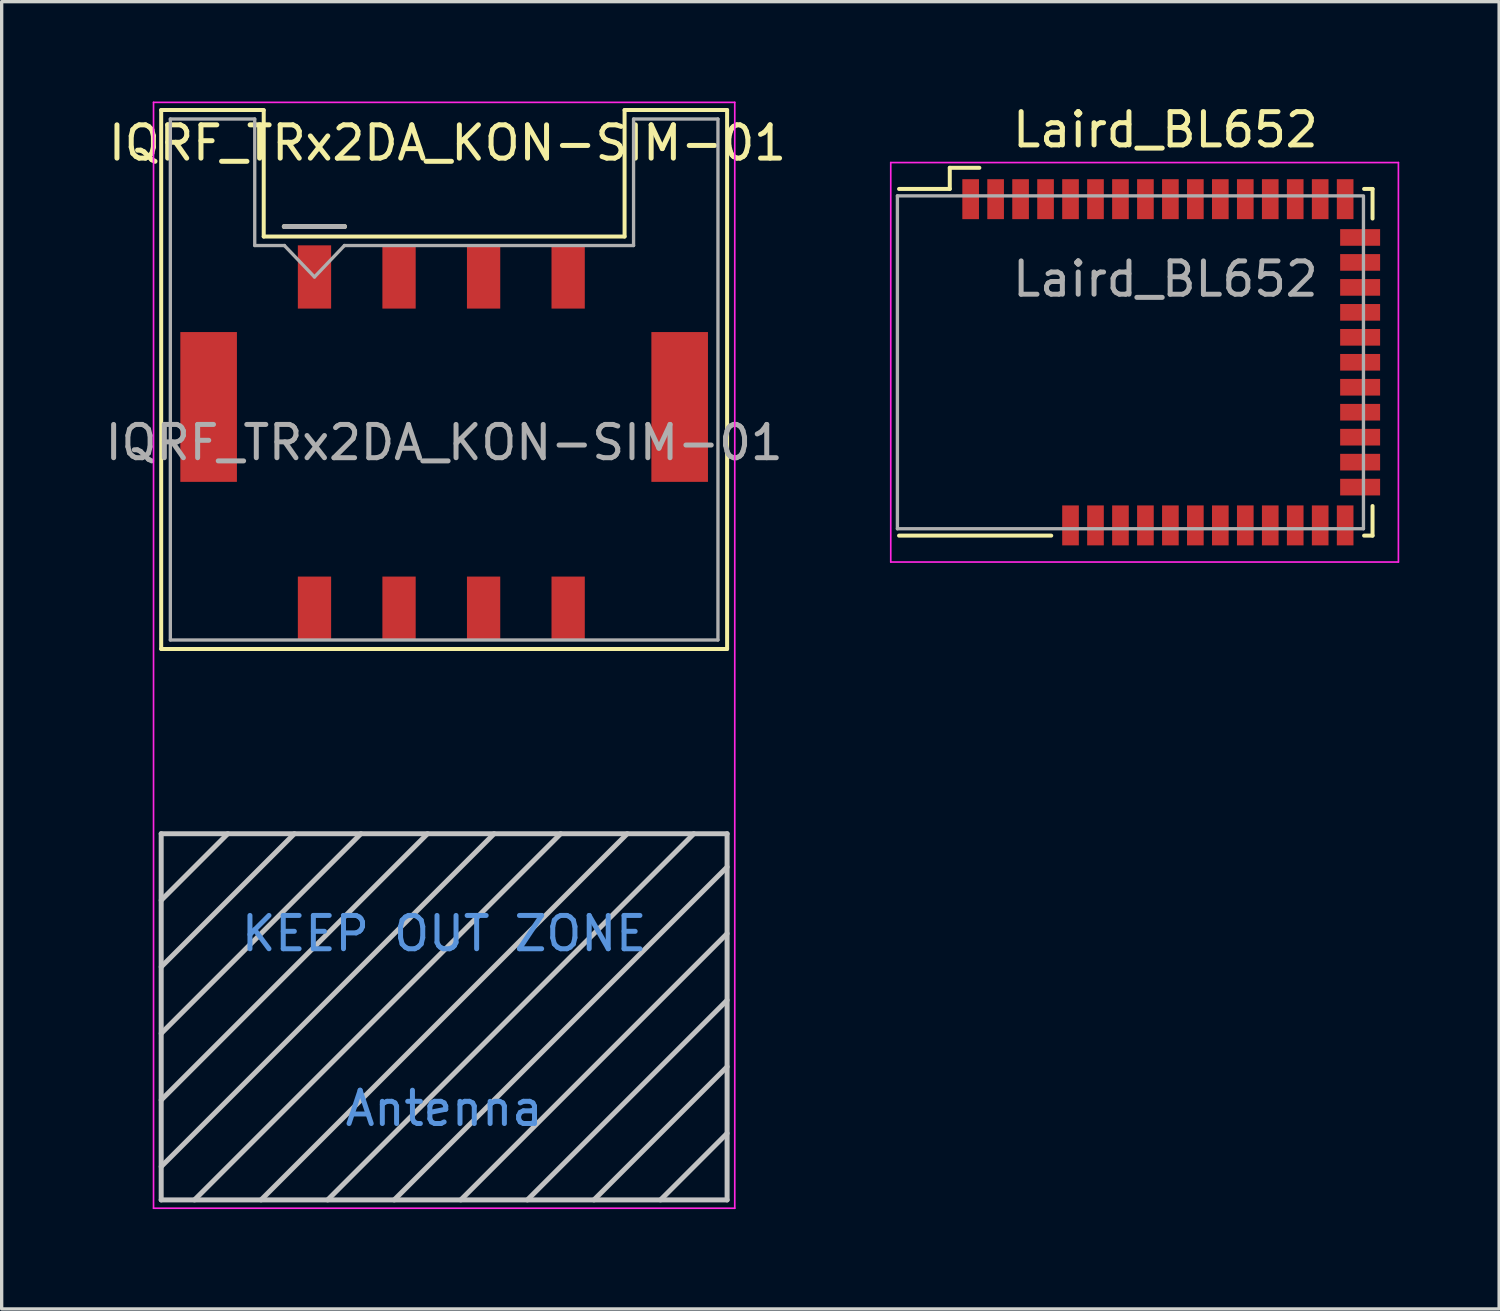
<source format=kicad_pcb>
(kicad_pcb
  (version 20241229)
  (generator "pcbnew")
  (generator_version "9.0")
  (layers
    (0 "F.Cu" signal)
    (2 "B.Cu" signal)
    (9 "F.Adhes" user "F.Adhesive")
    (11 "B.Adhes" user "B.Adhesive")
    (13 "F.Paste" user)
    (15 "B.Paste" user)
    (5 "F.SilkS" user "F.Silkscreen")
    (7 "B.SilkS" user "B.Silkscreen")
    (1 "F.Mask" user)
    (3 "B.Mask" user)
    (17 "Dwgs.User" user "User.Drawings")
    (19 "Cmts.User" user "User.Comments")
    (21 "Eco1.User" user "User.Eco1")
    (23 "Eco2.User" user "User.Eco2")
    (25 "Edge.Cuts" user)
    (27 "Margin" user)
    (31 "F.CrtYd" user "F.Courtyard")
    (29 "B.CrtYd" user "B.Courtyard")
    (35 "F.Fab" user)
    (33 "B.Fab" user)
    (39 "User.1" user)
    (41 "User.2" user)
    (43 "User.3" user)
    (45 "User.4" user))
  (footprint "IQRF_TRx2DA_KON-SIM-01"
    (layer "F.Cu")
    (at 10.292 10.245)
    (property "Reference" "IQRF_TRx2DA_KON-SIM-01" (at 0.1 -9 0) (layer "F.SilkS") (effects (font (size 1 1) (thickness 0.15))))
    (attr smd)
    (fp_line (start -8.5 -9.99) (end -5.42 -9.99) (stroke (width 0.12) (type solid)) (layer "F.SilkS"))
    (fp_line (start -8.5 6.2) (end -8.5 -9.99) (stroke (width 0.12) (type solid)) (layer "F.SilkS"))
    (fp_line (start -8.5 6.2) (end 8.5 6.2) (stroke (width 0.12) (type solid)) (layer "F.SilkS"))
    (fp_line (start -5.42 -9.98) (end -5.42 -6.19) (stroke (width 0.12) (type solid)) (layer "F.SilkS"))
    (fp_line (start -5.42 -6.19) (end 5.42 -6.19) (stroke (width 0.12) (type solid)) (layer "F.SilkS"))
    (fp_line (start -4.8 -6.49) (end -2.995 -6.49) (stroke (width 0.15) (type solid)) (layer "F.SilkS"))
    (fp_line (start 5.42 -9.99) (end 8.5 -9.99) (stroke (width 0.12) (type solid)) (layer "F.SilkS"))
    (fp_line (start 5.42 -6.19) (end 5.42 -9.99) (stroke (width 0.12) (type solid)) (layer "F.SilkS"))
    (fp_line (start 8.5 6.2) (end 8.5 -9.99) (stroke (width 0.12) (type solid)) (layer "F.SilkS"))
    (fp_line (start -8.5 11.75) (end 8.5 11.75) (stroke (width 0.15) (type solid)) (layer "Dwgs.User"))
    (fp_line (start -8.5 13.75) (end -6.5 11.75) (stroke (width 0.15) (type solid)) (layer "Dwgs.User"))
    (fp_line (start -8.5 15.75) (end -4.5 11.75) (stroke (width 0.15) (type solid)) (layer "Dwgs.User"))
    (fp_line (start -8.5 17.75) (end -2.5 11.75) (stroke (width 0.15) (type solid)) (layer "Dwgs.User"))
    (fp_line (start -8.5 19.75) (end -0.5 11.75) (stroke (width 0.15) (type solid)) (layer "Dwgs.User"))
    (fp_line (start -8.5 21.75) (end 1.5 11.75) (stroke (width 0.15) (type solid)) (layer "Dwgs.User"))
    (fp_line (start -8.5 22.75) (end -8.5 11.75) (stroke (width 0.15) (type solid)) (layer "Dwgs.User"))
    (fp_line (start -7.5 22.75) (end 3.5 11.75) (stroke (width 0.15) (type solid)) (layer "Dwgs.User"))
    (fp_line (start -5.5 22.75) (end 5.5 11.75) (stroke (width 0.15) (type solid)) (layer "Dwgs.User"))
    (fp_line (start -3.5 22.75) (end 7.5 11.75) (stroke (width 0.15) (type solid)) (layer "Dwgs.User"))
    (fp_line (start -1.5 22.75) (end 8.5 12.75) (stroke (width 0.15) (type solid)) (layer "Dwgs.User"))
    (fp_line (start 0.5 22.75) (end 8.5 14.75) (stroke (width 0.15) (type solid)) (layer "Dwgs.User"))
    (fp_line (start 2.5 22.75) (end 8.5 16.75) (stroke (width 0.15) (type solid)) (layer "Dwgs.User"))
    (fp_line (start 4.5 22.75) (end 8.5 18.75) (stroke (width 0.15) (type solid)) (layer "Dwgs.User"))
    (fp_line (start 6.5 22.75) (end 8.5 20.75) (stroke (width 0.15) (type solid)) (layer "Dwgs.User"))
    (fp_line (start 8.5 11.75) (end 8.5 22.75) (stroke (width 0.15) (type solid)) (layer "Dwgs.User"))
    (fp_line (start 8.5 22.75) (end -8.5 22.75) (stroke (width 0.15) (type solid)) (layer "Dwgs.User"))
    (fp_line (start -8.73 -10.22) (end 8.73 -10.22) (stroke (width 0.05) (type solid)) (layer "F.CrtYd"))
    (fp_line (start -8.73 23) (end -8.73 -10.22) (stroke (width 0.05) (type solid)) (layer "F.CrtYd"))
    (fp_line (start -8.73 23) (end 8.73 23) (stroke (width 0.05) (type solid)) (layer "F.CrtYd"))
    (fp_line (start 8.73 23) (end 8.73 -10.22) (stroke (width 0.05) (type solid)) (layer "F.CrtYd"))
    (fp_line (start -8.225 -9.72) (end -8.225 5.93) (stroke (width 0.1) (type solid)) (layer "F.Fab"))
    (fp_line (start -8.225 -9.72) (end -5.69 -9.72) (stroke (width 0.1) (type solid)) (layer "F.Fab"))
    (fp_line (start -8.225 5.93) (end 8.225 5.93) (stroke (width 0.1) (type solid)) (layer "F.Fab"))
    (fp_line (start -5.69 -9.72) (end -5.69 -5.92) (stroke (width 0.1) (type solid)) (layer "F.Fab"))
    (fp_line (start -5.69 -5.92) (end -4.795 -5.92) (stroke (width 0.1) (type solid)) (layer "F.Fab"))
    (fp_line (start -4.8 -6.49) (end -2.995 -6.49) (stroke (width 0.15) (type solid)) (layer "F.Fab"))
    (fp_line (start -4.8 -5.92) (end -3.895 -4.975) (stroke (width 0.1) (type solid)) (layer "F.Fab"))
    (fp_line (start -3.895 -4.975) (end -2.995 -5.92) (stroke (width 0.1) (type solid)) (layer "F.Fab"))
    (fp_line (start -2.995 -5.92) (end 5.69 -5.92) (stroke (width 0.1) (type solid)) (layer "F.Fab"))
    (fp_line (start 5.69 -9.72) (end 5.69 -5.92) (stroke (width 0.1) (type solid)) (layer "F.Fab"))
    (fp_line (start 5.69 -9.72) (end 8.225 -9.72) (stroke (width 0.1) (type solid)) (layer "F.Fab"))
    (fp_line (start 8.225 5.93) (end 8.225 -9.72) (stroke (width 0.1) (type solid)) (layer "F.Fab"))
    (fp_text user "KEEP OUT ZONE" (at 0 14.75 0) (layer "Cmts.User") (effects (font (size 1 1) (thickness 0.15))))
    (fp_text user "Antenna" (at 0 20 0) (layer "Cmts.User") (effects (font (size 1 1) (thickness 0.15))))
    (fp_text user "${REFERENCE}" (at 0 0 0) (layer "F.Fab") (effects (font (size 1 1) (thickness 0.15))))
    (pad "" smd rect (at -7.075 -1.07) (size 1.7 4.5) (layers "F.Cu" "F.Mask" "F.Paste"))
    (pad "" smd rect (at 7.075 -1.07) (size 1.7 4.5) (layers "F.Cu" "F.Mask" "F.Paste"))
    (pad "C1" smd rect (at -3.895 -4.975) (size 1 1.9) (layers "F.Cu" "F.Mask" "F.Paste"))
    (pad "C2" smd rect (at -1.355 -4.975) (size 1 1.9) (layers "F.Cu" "F.Mask" "F.Paste"))
    (pad "C3" smd rect (at 1.185 -4.975) (size 1 1.9) (layers "F.Cu" "F.Mask" "F.Paste"))
    (pad "C4" smd rect (at 3.725 -4.975) (size 1 1.9) (layers "F.Cu" "F.Mask" "F.Paste"))
    (pad "C5" smd rect (at -3.895 4.975) (size 1 1.9) (layers "F.Cu" "F.Mask" "F.Paste"))
    (pad "C6" smd rect (at -1.355 4.975) (size 1 1.9) (layers "F.Cu" "F.Mask" "F.Paste"))
    (pad "C7" smd rect (at 1.185 4.975) (size 1 1.9) (layers "F.Cu" "F.Mask" "F.Paste"))
    (pad "C8" smd rect (at 3.725 4.975) (size 1 1.9) (layers "F.Cu" "F.Mask" "F.Paste")))
  (footprint "Laird_BL652"
    (layer "F.Cu")
    (at 31.958 7.833)
    (property "Reference" "Laird_BL652" (at 0 -6.985 0) (layer "F.SilkS") (effects (font (size 1 1) (thickness 0.15))))
    (attr smd)
    (fp_line (start -8.001 -5.207) (end -6.477 -5.207) (stroke (width 0.12) (type solid)) (layer "F.SilkS"))
    (fp_line (start -6.477 -5.842) (end -5.588 -5.842) (stroke (width 0.12) (type solid)) (layer "F.SilkS"))
    (fp_line (start -6.477 -5.207) (end -6.477 -5.842) (stroke (width 0.12) (type solid)) (layer "F.SilkS"))
    (fp_line (start -3.429 5.207) (end -8.001 5.207) (stroke (width 0.12) (type solid)) (layer "F.SilkS"))
    (fp_line (start 5.969 -5.207) (end 6.223 -5.207) (stroke (width 0.12) (type solid)) (layer "F.SilkS"))
    (fp_line (start 6.223 -5.207) (end 6.223 -4.318) (stroke (width 0.12) (type solid)) (layer "F.SilkS"))
    (fp_line (start 6.223 5.207) (end 5.969 5.207) (stroke (width 0.12) (type solid)) (layer "F.SilkS"))
    (fp_line (start 6.223 5.207) (end 6.223 4.318) (stroke (width 0.12) (type solid)) (layer "F.SilkS"))
    (fp_line (start -8.25 -6) (end 7 -6) (stroke (width 0.05) (type solid)) (layer "F.CrtYd"))
    (fp_line (start -8.25 6) (end -8.25 -6) (stroke (width 0.05) (type solid)) (layer "F.CrtYd"))
    (fp_line (start 7 -6) (end 7 6) (stroke (width 0.05) (type solid)) (layer "F.CrtYd"))
    (fp_line (start 7 6) (end -8.25 6) (stroke (width 0.05) (type solid)) (layer "F.CrtYd"))
    (fp_line (start -8.05 -5) (end -8.05 5) (stroke (width 0.1) (type solid)) (layer "F.Fab"))
    (fp_line (start -8.05 -5) (end 5.9 -5) (stroke (width 0.1) (type solid)) (layer "F.Fab"))
    (fp_line (start 5.95 -5) (end 5.95 5) (stroke (width 0.1) (type solid)) (layer "F.Fab"))
    (fp_line (start 5.95 5) (end -8.05 5) (stroke (width 0.1) (type solid)) (layer "F.Fab"))
    (fp_text user "${REFERENCE}" (at 0 -2.5 0) (layer "F.Fab") (effects (font (size 1 1) (thickness 0.15))))
    (pad "1" smd rect (at -5.85 -4.9 90) (size 1.2 0.5) (layers "F.Cu" "F.Mask" "F.Paste"))
    (pad "2" smd rect (at -5.1 -4.9 90) (size 1.2 0.5) (layers "F.Cu" "F.Mask" "F.Paste"))
    (pad "3" smd rect (at -4.35 -4.9 90) (size 1.2 0.5) (layers "F.Cu" "F.Mask" "F.Paste"))
    (pad "4" smd rect (at -3.6 -4.9 90) (size 1.2 0.5) (layers "F.Cu" "F.Mask" "F.Paste"))
    (pad "5" smd rect (at -2.85 -4.9 90) (size 1.2 0.5) (layers "F.Cu" "F.Mask" "F.Paste"))
    (pad "6" smd rect (at -2.1 -4.9 90) (size 1.2 0.5) (layers "F.Cu" "F.Mask" "F.Paste"))
    (pad "7" smd rect (at -1.35 -4.9 90) (size 1.2 0.5) (layers "F.Cu" "F.Mask" "F.Paste"))
    (pad "8" smd rect (at -0.6 -4.9 90) (size 1.2 0.5) (layers "F.Cu" "F.Mask" "F.Paste"))
    (pad "9" smd rect (at 0.15 -4.9 90) (size 1.2 0.5) (layers "F.Cu" "F.Mask" "F.Paste"))
    (pad "10" smd rect (at 0.9 -4.9 90) (size 1.2 0.5) (layers "F.Cu" "F.Mask" "F.Paste"))
    (pad "11" smd rect (at 1.65 -4.9 90) (size 1.2 0.5) (layers "F.Cu" "F.Mask" "F.Paste"))
    (pad "12" smd rect (at 2.4 -4.9 90) (size 1.2 0.5) (layers "F.Cu" "F.Mask" "F.Paste"))
    (pad "13" smd rect (at 3.15 -4.9 90) (size 1.2 0.5) (layers "F.Cu" "F.Mask" "F.Paste"))
    (pad "14" smd rect (at 3.9 -4.9 90) (size 1.2 0.5) (layers "F.Cu" "F.Mask" "F.Paste"))
    (pad "15" smd rect (at 4.65 -4.9 90) (size 1.2 0.5) (layers "F.Cu" "F.Mask" "F.Paste"))
    (pad "16" smd rect (at 5.4 -4.9 90) (size 1.2 0.5) (layers "F.Cu" "F.Mask" "F.Paste"))
    (pad "17" smd rect (at 5.85 -3.75) (size 1.2 0.5) (layers "F.Cu" "F.Mask" "F.Paste"))
    (pad "18" smd rect (at 5.85 -3) (size 1.2 0.5) (layers "F.Cu" "F.Mask" "F.Paste"))
    (pad "19" smd rect (at 5.85 -2.25) (size 1.2 0.5) (layers "F.Cu" "F.Mask" "F.Paste"))
    (pad "20" smd rect (at 5.85 -1.5) (size 1.2 0.5) (layers "F.Cu" "F.Mask" "F.Paste"))
    (pad "21" smd rect (at 5.85 -0.75) (size 1.2 0.5) (layers "F.Cu" "F.Mask" "F.Paste"))
    (pad "22" smd rect (at 5.85 0) (size 1.2 0.5) (layers "F.Cu" "F.Mask" "F.Paste"))
    (pad "23" smd rect (at 5.85 0.75) (size 1.2 0.5) (layers "F.Cu" "F.Mask" "F.Paste"))
    (pad "24" smd rect (at 5.85 1.5) (size 1.2 0.5) (layers "F.Cu" "F.Mask" "F.Paste"))
    (pad "25" smd rect (at 5.85 2.25) (size 1.2 0.5) (layers "F.Cu" "F.Mask" "F.Paste"))
    (pad "26" smd rect (at 5.85 3) (size 1.2 0.5) (layers "F.Cu" "F.Mask" "F.Paste"))
    (pad "27" smd rect (at 5.85 3.75) (size 1.2 0.5) (layers "F.Cu" "F.Mask" "F.Paste"))
    (pad "28" smd rect (at 5.4 4.9 90) (size 1.2 0.5) (layers "F.Cu" "F.Mask" "F.Paste"))
    (pad "29" smd rect (at 4.65 4.9 90) (size 1.2 0.5) (layers "F.Cu" "F.Mask" "F.Paste"))
    (pad "30" smd rect (at 3.9 4.9 90) (size 1.2 0.5) (layers "F.Cu" "F.Mask" "F.Paste"))
    (pad "31" smd rect (at 3.15 4.9 90) (size 1.2 0.5) (layers "F.Cu" "F.Mask" "F.Paste"))
    (pad "32" smd rect (at 2.4 4.9 90) (size 1.2 0.5) (layers "F.Cu" "F.Mask" "F.Paste"))
    (pad "33" smd rect (at 1.65 4.9 90) (size 1.2 0.5) (layers "F.Cu" "F.Mask" "F.Paste"))
    (pad "34" smd rect (at 0.9 4.9 90) (size 1.2 0.5) (layers "F.Cu" "F.Mask" "F.Paste"))
    (pad "35" smd rect (at 0.15 4.9 90) (size 1.2 0.5) (layers "F.Cu" "F.Mask" "F.Paste"))
    (pad "36" smd rect (at -0.6 4.9 90) (size 1.2 0.5) (layers "F.Cu" "F.Mask" "F.Paste"))
    (pad "37" smd rect (at -1.35 4.9 90) (size 1.2 0.5) (layers "F.Cu" "F.Mask" "F.Paste"))
    (pad "38" smd rect (at -2.1 4.9 90) (size 1.2 0.5) (layers "F.Cu" "F.Mask" "F.Paste"))
    (pad "39" smd rect (at -2.85 4.9 90) (size 1.2 0.5) (layers "F.Cu" "F.Mask" "F.Paste")))
  (gr_rect
    (start -3 -3)
    (end 41.983 36.27)
    (stroke (width 0.1) (type default))
    (fill no)
    (layer "Edge.Cuts")))
</source>
